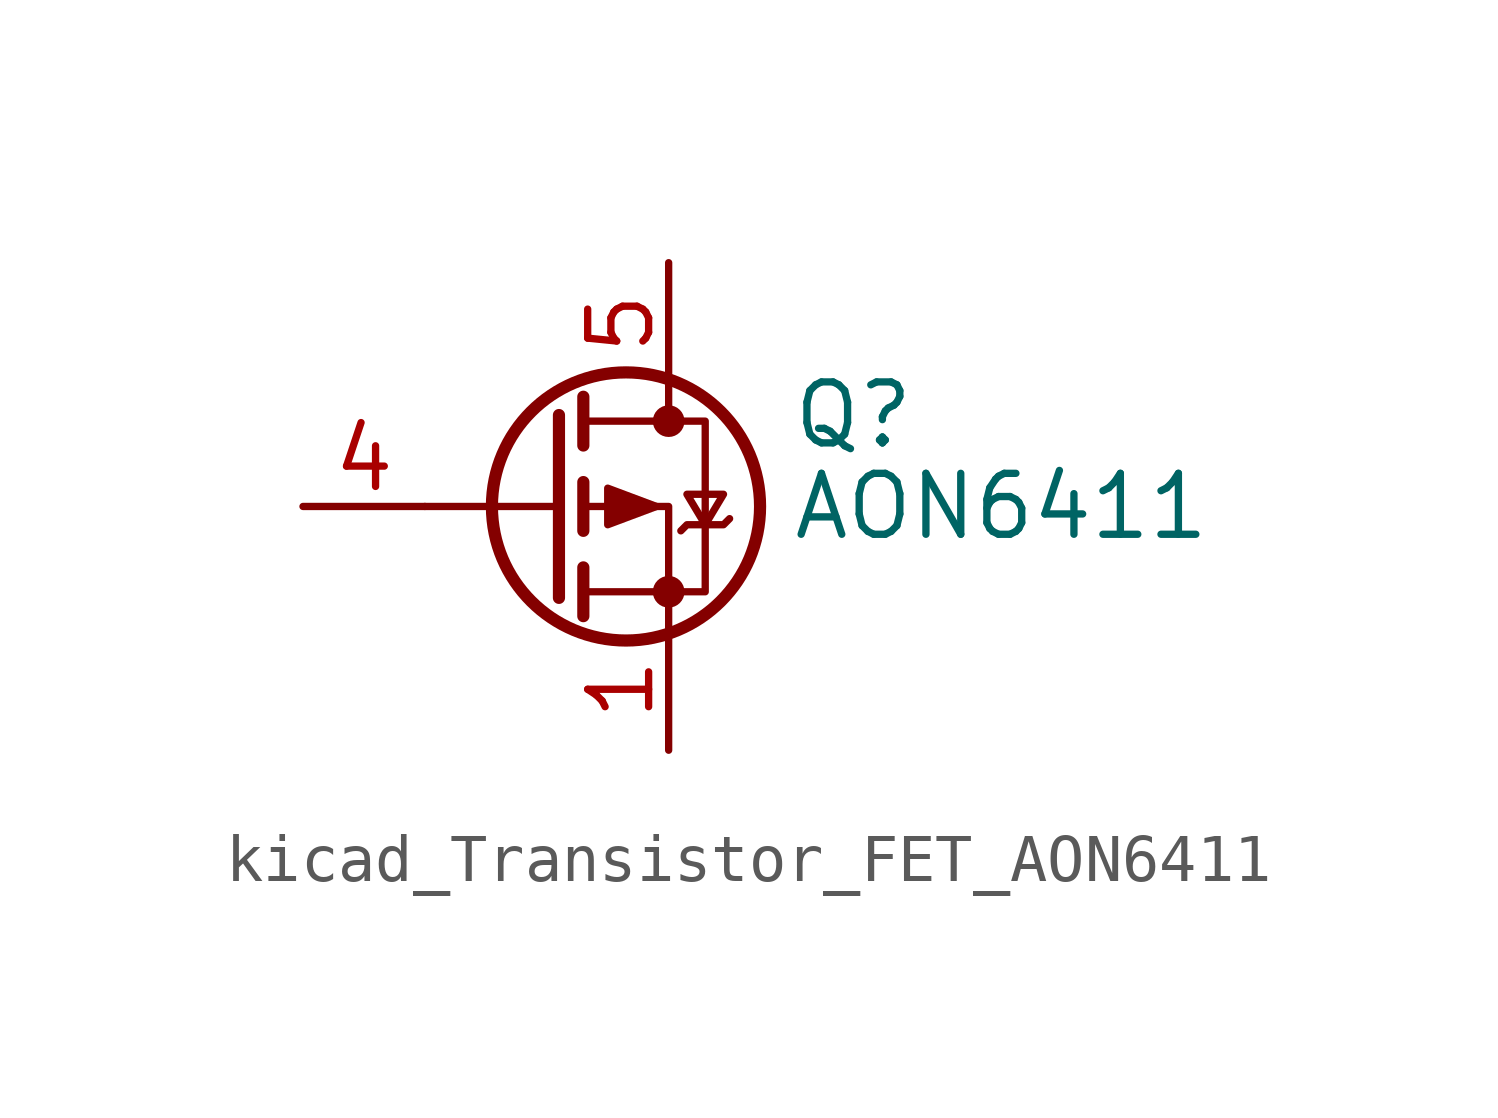
<source format=kicad_sym>
(kicad_symbol_lib
  (version 20220914)
  (generator kicad_symbol_editor)
  (symbol "kicad_Transistor_FET_AON6411"
    (pin_names hide)
    (property "Reference" "Q"
      (at 5.08 1.905 0)
      (effects (font (size 1.27 1.27)) (justify left)))
    (property "Value" "AON6411"
      (at 5.08 0 0)
      (effects (font (size 1.27 1.27)) (justify left)))
    (symbol "kicad_Transistor_FET_AON6411_0_1"
      (polyline (pts (xy 0.254 0) (xy -2.54 0)) (stroke (width 0) (type default)) (fill (type none)))
      (polyline (pts (xy 0.254 1.905) (xy 0.254 -1.905)) (stroke (width 0.254) (type default)) (fill (type none)))
      (polyline (pts (xy 0.762 -1.27) (xy 0.762 -2.286)) (stroke (width 0.254) (type default)) (fill (type none)))
      (polyline (pts (xy 0.762 0.508) (xy 0.762 -0.508)) (stroke (width 0.254) (type default)) (fill (type none)))
      (polyline (pts (xy 0.762 2.286) (xy 0.762 1.27)) (stroke (width 0.254) (type default)) (fill (type none)))
      (polyline (pts (xy 2.54 2.54) (xy 2.54 1.778)) (stroke (width 0) (type default)) (fill (type none)))
      (polyline (pts (xy 2.54 -2.54) (xy 2.54 0) (xy 0.762 0)) (stroke (width 0) (type default)) (fill (type none)))
      (polyline (pts (xy 0.762 1.778) (xy 3.302 1.778) (xy 3.302 -1.778) (xy 0.762 -1.778)) (stroke (width 0) (type default)) (fill (type none)))
      (polyline (pts (xy 2.286 0) (xy 1.27 0.381) (xy 1.27 -0.381) (xy 2.286 0)) (stroke (width 0) (type default)) (fill (type outline)))
      (polyline (pts (xy 2.794 -0.508) (xy 2.921 -0.381) (xy 3.683 -0.381) (xy 3.81 -0.254)) (stroke (width 0) (type default)) (fill (type none)))
      (polyline (pts (xy 3.302 -0.381) (xy 2.921 0.254) (xy 3.683 0.254) (xy 3.302 -0.381)) (stroke (width 0) (type default)) (fill (type none)))
      (circle (center 1.651 0) (radius 2.794) (stroke (width 0.254) (type default)) (fill (type none)))
      (circle (center 2.54 -1.778) (radius 0.254) (stroke (width 0) (type default)) (fill (type outline)))
      (circle (center 2.54 1.778) (radius 0.254) (stroke (width 0) (type default)) (fill (type outline))))
    (symbol "kicad_Transistor_FET_AON6411_1_1"
      (pin passive line (at 2.54 -5.08 90) (length 2.54) (name "S" (effects (font (size 1.27 1.27)))) (number "1" (effects (font (size 1.27 1.27)))))
      (pin passive line (at 2.54 -5.08 90) (length 2.54) hide (name "S" (effects (font (size 1.27 1.27)))) (number "2" (effects (font (size 1.27 1.27)))))
      (pin passive line (at 2.54 -5.08 90) (length 2.54) hide (name "S" (effects (font (size 1.27 1.27)))) (number "3" (effects (font (size 1.27 1.27)))))
      (pin input line (at -5.08 0 0) (length 2.54) (name "G" (effects (font (size 1.27 1.27)))) (number "4" (effects (font (size 1.27 1.27)))))
      (pin passive line (at 2.54 5.08 270) (length 2.54) (name "D" (effects (font (size 1.27 1.27)))) (number "5" (effects (font (size 1.27 1.27))))))))
</source>
